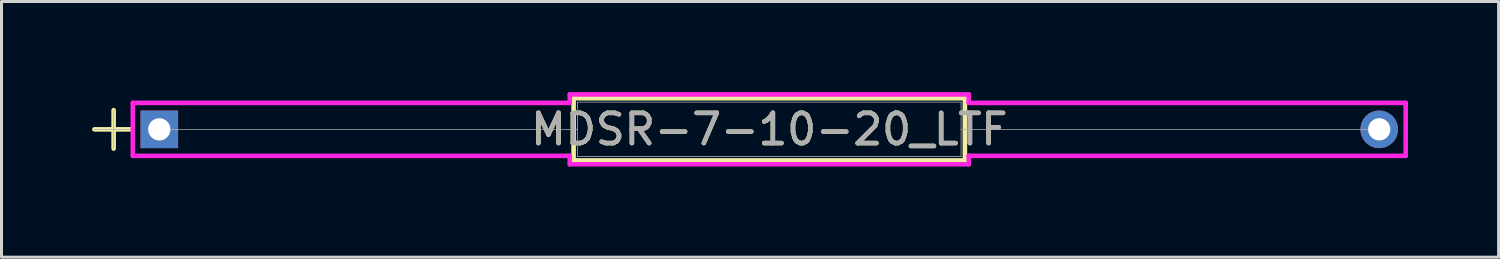
<source format=kicad_pcb>
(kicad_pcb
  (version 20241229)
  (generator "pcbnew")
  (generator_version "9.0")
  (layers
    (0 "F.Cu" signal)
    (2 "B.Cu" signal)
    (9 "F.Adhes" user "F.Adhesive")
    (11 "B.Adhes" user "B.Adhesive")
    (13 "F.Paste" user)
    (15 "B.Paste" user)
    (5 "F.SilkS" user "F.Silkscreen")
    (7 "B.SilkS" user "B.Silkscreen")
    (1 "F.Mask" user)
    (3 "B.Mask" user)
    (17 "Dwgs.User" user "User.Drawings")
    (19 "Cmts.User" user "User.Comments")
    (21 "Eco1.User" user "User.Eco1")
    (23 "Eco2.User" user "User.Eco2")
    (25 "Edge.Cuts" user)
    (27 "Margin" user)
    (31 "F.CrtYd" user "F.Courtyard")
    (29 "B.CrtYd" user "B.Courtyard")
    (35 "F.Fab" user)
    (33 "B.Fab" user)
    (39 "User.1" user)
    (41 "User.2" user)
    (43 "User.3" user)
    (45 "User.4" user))
  (footprint "MDSR-7-10-20_LTF"
    (layer "F.Cu")
    (at 2.223 1.232)
    (property "Reference" "MDSR-7-10-20_LTF" (at 20.193 0 0) (unlocked yes) (layer "F.SilkS") (effects (font (size 1 1) (thickness 0.15))))
    (attr through_hole)
    (fp_line (start -2.146 0) (end -0.955 0) (stroke (width 0.152) (type solid)) (layer "F.SilkS"))
    (fp_line (start -1.511 -0.635) (end -1.511 0.635) (stroke (width 0.152) (type solid)) (layer "F.SilkS"))
    (fp_line (start 13.716 -1.029) (end 13.716 1.029) (stroke (width 0.152) (type solid)) (layer "F.SilkS"))
    (fp_line (start 13.716 1.029) (end 26.67 1.029) (stroke (width 0.152) (type solid)) (layer "F.SilkS"))
    (fp_line (start 26.67 -1.029) (end 13.716 -1.029) (stroke (width 0.152) (type solid)) (layer "F.SilkS"))
    (fp_line (start 26.67 1.029) (end 26.67 -1.029) (stroke (width 0.152) (type solid)) (layer "F.SilkS"))
    (fp_line (start -0.876 -0.876) (end 13.589 -0.876) (stroke (width 0.152) (type solid)) (layer "F.CrtYd"))
    (fp_line (start -0.876 0.876) (end -0.876 -0.876) (stroke (width 0.152) (type solid)) (layer "F.CrtYd"))
    (fp_line (start -0.876 0.876) (end 13.589 0.876) (stroke (width 0.152) (type solid)) (layer "F.CrtYd"))
    (fp_line (start 13.589 -1.156) (end 26.797 -1.156) (stroke (width 0.152) (type solid)) (layer "F.CrtYd"))
    (fp_line (start 13.589 -0.876) (end 13.589 -1.156) (stroke (width 0.152) (type solid)) (layer "F.CrtYd"))
    (fp_line (start 13.589 0.876) (end 13.589 1.156) (stroke (width 0.152) (type solid)) (layer "F.CrtYd"))
    (fp_line (start 13.589 1.156) (end 26.797 1.156) (stroke (width 0.152) (type solid)) (layer "F.CrtYd"))
    (fp_line (start 26.797 -1.156) (end 26.797 -0.876) (stroke (width 0.152) (type solid)) (layer "F.CrtYd"))
    (fp_line (start 26.797 -0.876) (end 41.262 -0.876) (stroke (width 0.152) (type solid)) (layer "F.CrtYd"))
    (fp_line (start 26.797 0.876) (end 41.262 0.876) (stroke (width 0.152) (type solid)) (layer "F.CrtYd"))
    (fp_line (start 26.797 1.156) (end 26.797 0.876) (stroke (width 0.152) (type solid)) (layer "F.CrtYd"))
    (fp_line (start 41.262 -0.876) (end 41.262 0.876) (stroke (width 0.152) (type solid)) (layer "F.CrtYd"))
    (fp_line (start -2.146 0) (end -0.876 0) (stroke (width 0.025) (type solid)) (layer "F.Fab"))
    (fp_line (start -1.511 -0.635) (end -1.511 0.635) (stroke (width 0.025) (type solid)) (layer "F.Fab"))
    (fp_line (start 0 0) (end 13.843 0) (stroke (width 0.025) (type solid)) (layer "F.Fab"))
    (fp_line (start 13.843 -0.902) (end 13.843 0.902) (stroke (width 0.025) (type solid)) (layer "F.Fab"))
    (fp_line (start 13.843 0.902) (end 26.543 0.902) (stroke (width 0.025) (type solid)) (layer "F.Fab"))
    (fp_line (start 26.543 -0.902) (end 13.843 -0.902) (stroke (width 0.025) (type solid)) (layer "F.Fab"))
    (fp_line (start 26.543 0.902) (end 26.543 -0.902) (stroke (width 0.025) (type solid)) (layer "F.Fab"))
    (fp_line (start 40.386 0) (end 26.543 0) (stroke (width 0.025) (type solid)) (layer "F.Fab"))
    (fp_text user "${REFERENCE}" (at 20.193 0 0) (unlocked yes) (layer "F.Fab") (effects (font (size 1 1) (thickness 0.15))))
    (pad "1" thru_hole rect (at 0 0) (size 1.245 1.245) (drill 0.737) (layers "*.Cu" "*.Mask"))
    (pad "2" thru_hole circle (at 40.386 0) (size 1.245 1.245) (drill 0.737) (layers "*.Cu" "*.Mask")))
  (gr_rect
    (start -3 -3)
    (end 46.561 5.464)
    (stroke (width 0.1) (type default))
    (fill no)
    (layer "Edge.Cuts")))
</source>
